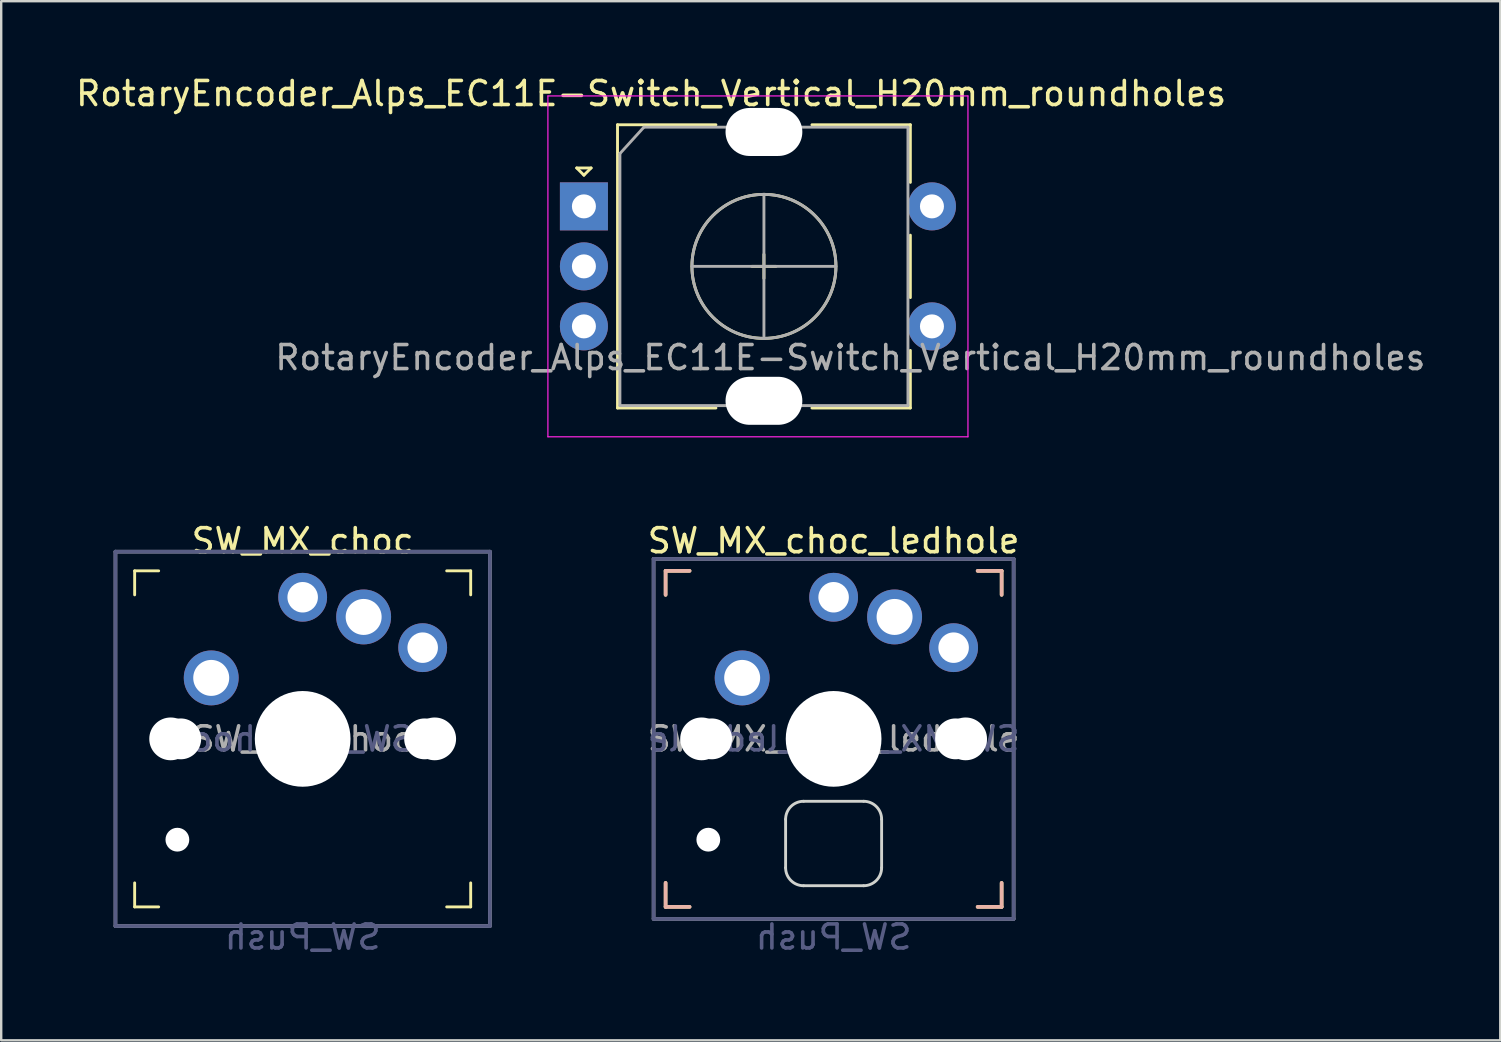
<source format=kicad_pcb>
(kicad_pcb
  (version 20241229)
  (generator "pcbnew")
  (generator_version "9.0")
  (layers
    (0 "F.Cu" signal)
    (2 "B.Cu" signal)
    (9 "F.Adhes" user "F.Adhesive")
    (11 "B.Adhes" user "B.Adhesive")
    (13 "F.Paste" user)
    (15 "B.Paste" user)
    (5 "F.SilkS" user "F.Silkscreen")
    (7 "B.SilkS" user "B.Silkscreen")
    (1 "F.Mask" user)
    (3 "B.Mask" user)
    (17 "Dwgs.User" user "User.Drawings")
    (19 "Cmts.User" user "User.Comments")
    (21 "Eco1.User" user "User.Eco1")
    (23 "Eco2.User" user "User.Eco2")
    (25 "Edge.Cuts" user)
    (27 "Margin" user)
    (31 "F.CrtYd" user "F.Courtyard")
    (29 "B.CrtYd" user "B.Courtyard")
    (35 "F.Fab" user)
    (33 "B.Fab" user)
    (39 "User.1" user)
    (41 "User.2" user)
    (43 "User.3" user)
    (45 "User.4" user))
  (footprint "RotaryEncoder_Alps_EC11E-Switch_Vertical_H20mm_roundholes"
    (layer "F.Cu")
    (at 21.277 5.548)
    (property "Reference" "RotaryEncoder_Alps_EC11E-Switch_Vertical_H20mm_roundholes" (at 2.8 -4.7 0) (layer "F.SilkS") (effects (font (size 1 1) (thickness 0.15))))
    (attr through_hole)
    (fp_line (start -0.3 -1.6) (end 0.3 -1.6) (stroke (width 0.12) (type solid)) (layer "F.SilkS"))
    (fp_line (start 0 -1.3) (end -0.3 -1.6) (stroke (width 0.12) (type solid)) (layer "F.SilkS"))
    (fp_line (start 0.3 -1.6) (end 0 -1.3) (stroke (width 0.12) (type solid)) (layer "F.SilkS"))
    (fp_line (start 1.4 -3.4) (end 1.4 8.4) (stroke (width 0.12) (type solid)) (layer "F.SilkS"))
    (fp_line (start 5.5 -3.4) (end 1.4 -3.4) (stroke (width 0.12) (type solid)) (layer "F.SilkS"))
    (fp_line (start 5.5 8.4) (end 1.4 8.4) (stroke (width 0.12) (type solid)) (layer "F.SilkS"))
    (fp_line (start 7 2.5) (end 8 2.5) (stroke (width 0.12) (type solid)) (layer "F.SilkS"))
    (fp_line (start 7.5 2) (end 7.5 3) (stroke (width 0.12) (type solid)) (layer "F.SilkS"))
    (fp_line (start 9.5 -3.4) (end 13.6 -3.4) (stroke (width 0.12) (type solid)) (layer "F.SilkS"))
    (fp_line (start 13.6 -3.4) (end 13.6 -1) (stroke (width 0.12) (type solid)) (layer "F.SilkS"))
    (fp_line (start 13.6 1.2) (end 13.6 3.8) (stroke (width 0.12) (type solid)) (layer "F.SilkS"))
    (fp_line (start 13.6 6) (end 13.6 8.4) (stroke (width 0.12) (type solid)) (layer "F.SilkS"))
    (fp_line (start 13.6 8.4) (end 9.5 8.4) (stroke (width 0.12) (type solid)) (layer "F.SilkS"))
    (fp_circle (center 7.5 2.5) (end 10.5 2.5) (stroke (width 0.12) (type solid)) (fill no) (layer "F.SilkS"))
    (fp_line (start -1.5 -4.6) (end -1.5 9.6) (stroke (width 0.05) (type solid)) (layer "F.CrtYd"))
    (fp_line (start -1.5 -4.6) (end 16 -4.6) (stroke (width 0.05) (type solid)) (layer "F.CrtYd"))
    (fp_line (start 16 9.6) (end -1.5 9.6) (stroke (width 0.05) (type solid)) (layer "F.CrtYd"))
    (fp_line (start 16 9.6) (end 16 -4.6) (stroke (width 0.05) (type solid)) (layer "F.CrtYd"))
    (fp_line (start 1.5 -2.2) (end 2.5 -3.3) (stroke (width 0.12) (type solid)) (layer "F.Fab"))
    (fp_line (start 1.5 8.3) (end 1.5 -2.2) (stroke (width 0.12) (type solid)) (layer "F.Fab"))
    (fp_line (start 2.5 -3.3) (end 13.5 -3.3) (stroke (width 0.12) (type solid)) (layer "F.Fab"))
    (fp_line (start 4.5 2.5) (end 10.5 2.5) (stroke (width 0.12) (type solid)) (layer "F.Fab"))
    (fp_line (start 7.5 -0.5) (end 7.5 5.5) (stroke (width 0.12) (type solid)) (layer "F.Fab"))
    (fp_line (start 13.5 -3.3) (end 13.5 8.3) (stroke (width 0.12) (type solid)) (layer "F.Fab"))
    (fp_line (start 13.5 8.3) (end 1.5 8.3) (stroke (width 0.12) (type solid)) (layer "F.Fab"))
    (fp_circle (center 7.5 2.5) (end 10.5 2.5) (stroke (width 0.12) (type solid)) (fill no) (layer "F.Fab"))
    (fp_text user "${REFERENCE}" (at 11.1 6.3 0) (layer "F.Fab") (effects (font (size 1 1) (thickness 0.15))))
    (pad "" np_thru_hole oval (at 7.5 -3.1) (size 3.2 2) (drill oval 3.2 2) (layers "*.Cu" "*.Mask"))
    (pad "" np_thru_hole oval (at 7.5 8.1) (size 3.2 2) (drill oval 3.2 2) (layers "*.Cu" "*.Mask"))
    (pad "A" thru_hole rect (at 0 0) (size 2 2) (drill 1) (layers "*.Cu" "*.Mask"))
    (pad "B" thru_hole circle (at 0 5) (size 2 2) (drill 1) (layers "*.Cu" "*.Mask"))
    (pad "C" thru_hole circle (at 0 2.5) (size 2 2) (drill 1) (layers "*.Cu" "*.Mask"))
    (pad "S1" thru_hole circle (at 14.5 5) (size 2 2) (drill 1) (layers "*.Cu" "*.Mask"))
    (pad "S2" thru_hole circle (at 14.5 0) (size 2 2) (drill 1) (layers "*.Cu" "*.Mask")))
  (footprint "SW_MX_choc"
    (layer "F.Cu")
    (at 9.56 27.733)
    (property "Reference" "SW_MX_choc" (at 0 -8.255 0) (layer "F.SilkS") (effects (font (size 1 1) (thickness 0.15))))
    (property "Value" "SW_Push" (at 0 8.255 0) (layer "F.Fab") (hide yes) (effects (font (size 1 1) (thickness 0.15))))
    (attr through_hole)
    (fp_line (start -7 -7) (end -6 -7) (stroke (width 0.12) (type solid)) (layer "F.SilkS"))
    (fp_line (start -7 -6) (end -7 -7) (stroke (width 0.12) (type solid)) (layer "F.SilkS"))
    (fp_line (start -7 7) (end -7 6) (stroke (width 0.12) (type solid)) (layer "F.SilkS"))
    (fp_line (start -6 7) (end -7 7) (stroke (width 0.12) (type solid)) (layer "F.SilkS"))
    (fp_line (start 6 -7) (end 7 -7) (stroke (width 0.12) (type solid)) (layer "F.SilkS"))
    (fp_line (start 7 -7) (end 7 -6) (stroke (width 0.12) (type solid)) (layer "F.SilkS"))
    (fp_line (start 7 6) (end 7 7) (stroke (width 0.12) (type solid)) (layer "F.SilkS"))
    (fp_line (start 7 7) (end 6 7) (stroke (width 0.12) (type solid)) (layer "F.SilkS"))
    (fp_line (start -6.9 6.9) (end -6.9 -6.9) (stroke (width 0.15) (type solid)) (layer "Eco2.User"))
    (fp_line (start -6.9 6.9) (end 6.9 6.9) (stroke (width 0.15) (type solid)) (layer "Eco2.User"))
    (fp_line (start 6.9 -6.9) (end -6.9 -6.9) (stroke (width 0.15) (type solid)) (layer "Eco2.User"))
    (fp_line (start 6.9 -6.9) (end 6.9 6.9) (stroke (width 0.15) (type solid)) (layer "Eco2.User"))
    (fp_line (start -7.8 -7.8) (end 7.8 -7.8) (stroke (width 0.15) (type solid)) (layer "B.Fab"))
    (fp_line (start -7.8 7.8) (end -7.8 -7.8) (stroke (width 0.15) (type solid)) (layer "B.Fab"))
    (fp_line (start 7.8 -7.8) (end 7.8 7.8) (stroke (width 0.15) (type solid)) (layer "B.Fab"))
    (fp_line (start 7.8 7.8) (end -7.8 7.8) (stroke (width 0.15) (type solid)) (layer "B.Fab"))
    (fp_line (start -7.8 -7.8) (end 7.8 -7.8) (stroke (width 0.15) (type solid)) (layer "F.Fab"))
    (fp_line (start -7.8 7.8) (end -7.8 -7.8) (stroke (width 0.15) (type solid)) (layer "F.Fab"))
    (fp_line (start 7.8 -7.8) (end 7.8 7.8) (stroke (width 0.15) (type solid)) (layer "F.Fab"))
    (fp_line (start 7.8 7.8) (end -7.8 7.8) (stroke (width 0.15) (type solid)) (layer "F.Fab"))
    (fp_rect (start -2 2.6) (end 2 6.12) (stroke (width 0.12) (type solid)) (fill no) (layer "User.1"))
    (fp_circle (center -5.5 0) (end -4.67 0.03) (stroke (width 0.12) (type solid)) (fill no) (layer "User.1"))
    (fp_circle (center -5.225 4.2) (end -4.79 4.18) (stroke (width 0.12) (type solid)) (fill no) (layer "User.1"))
    (fp_circle (center -5.08 0) (end -4.3 0.09) (stroke (width 0.12) (type solid)) (fill no) (layer "User.1"))
    (fp_circle (center -3.813 -2.525) (end -2.72 -2.49) (stroke (width 0.12) (type solid)) (fill no) (layer "User.1"))
    (fp_circle (center 0 -5.9) (end 0.96 -5.85) (stroke (width 0.12) (type solid)) (fill no) (layer "User.1"))
    (fp_circle (center 0 0) (end 1.93 0.02) (stroke (width 0.12) (type solid)) (fill no) (layer "User.1"))
    (fp_circle (center 2.538 -5.075) (end 3.62 -5.1) (stroke (width 0.12) (type solid)) (fill no) (layer "User.1"))
    (fp_circle (center 5.014 -3.8) (end 5.97 -3.69) (stroke (width 0.12) (type solid)) (fill no) (layer "User.1"))
    (fp_circle (center 5.08 0) (end 5.87 0.04) (stroke (width 0.12) (type solid)) (fill no) (layer "User.1"))
    (fp_circle (center 5.5 0) (end 6.34 0.02) (stroke (width 0.12) (type solid)) (fill no) (layer "User.1"))
    (fp_rect (start -9.5 -9.5) (end 9.5 9.5) (stroke (width 0.12) (type solid)) (fill no) (layer "User.2"))
    (fp_text user "${VALUE}" (at 0 8.255 0) (layer "B.Fab") (effects (font (size 1 1) (thickness 0.15)) (justify mirror)))
    (fp_text user "${REFERENCE}" (at 0 0 0) (layer "B.Fab") (effects (font (size 1 1) (thickness 0.15)) (justify mirror)))
    (fp_text user "${REFERENCE}" (at 0 0 0) (layer "F.Fab") (effects (font (size 1 1) (thickness 0.15))))
    (pad "" np_thru_hole circle (at -5.5 0) (size 1.782 1.782) (drill 1.782) (layers "*.Cu" "*.Mask"))
    (pad "" np_thru_hole circle (at -5.22 4.2) (size 0.991 0.991) (drill 0.991) (layers "*.Cu" "*.Mask"))
    (pad "" np_thru_hole circle (at -5.08 0) (size 1.702 1.702) (drill 1.702) (layers "*.Cu" "*.Mask"))
    (pad "" np_thru_hole circle (at 0 0) (size 3.988 3.988) (drill 3.988) (layers "*.Cu" "*.Mask"))
    (pad "" np_thru_hole circle (at 5.08 0) (size 1.702 1.702) (drill 1.702) (layers "*.Cu" "*.Mask"))
    (pad "" np_thru_hole circle (at 5.5 0) (size 1.782 1.782) (drill 1.782) (layers "*.Cu" "*.Mask"))
    (pad "1" thru_hole circle (at -3.81 -2.54) (size 2.286 2.286) (drill 1.499) (layers "*.Cu" "*.Mask"))
    (pad "1" thru_hole circle (at 0 -5.9) (size 2.032 2.032) (drill 1.27) (layers "*.Cu" "*.Mask"))
    (pad "2" thru_hole circle (at 2.54 -5.08) (size 2.286 2.286) (drill 1.499) (layers "*.Cu" "*.Mask"))
    (pad "2" thru_hole circle (at 5 -3.8) (size 2.032 2.032) (drill 1.27) (layers "*.Cu" "*.Mask")))
  (footprint "SW_MX_choc_ledhole"
    (layer "F.Cu")
    (at 31.68 27.733)
    (property "Reference" "SW_MX_choc_ledhole" (at 0 -8.255 0) (layer "F.SilkS") (effects (font (size 1 1) (thickness 0.15))))
    (property "Value" "SW_Push" (at 0 8.255 0) (layer "F.Fab") (hide yes) (effects (font (size 1 1) (thickness 0.15))))
    (attr through_hole)
    (fp_line (start -7 -7) (end -6 -7) (stroke (width 0.15) (type solid)) (layer "F.SilkS"))
    (fp_line (start -7 -6) (end -7 -7) (stroke (width 0.15) (type solid)) (layer "F.SilkS"))
    (fp_line (start -7 7) (end -7 6) (stroke (width 0.15) (type solid)) (layer "F.SilkS"))
    (fp_line (start -6 7) (end -7 7) (stroke (width 0.15) (type solid)) (layer "F.SilkS"))
    (fp_line (start 6 -7) (end 7 -7) (stroke (width 0.15) (type solid)) (layer "F.SilkS"))
    (fp_line (start 7 -7) (end 7 -6) (stroke (width 0.15) (type solid)) (layer "F.SilkS"))
    (fp_line (start 7 6) (end 7 7) (stroke (width 0.15) (type solid)) (layer "F.SilkS"))
    (fp_line (start 7 7) (end 6 7) (stroke (width 0.15) (type solid)) (layer "F.SilkS"))
    (fp_line (start -7 -7) (end -6 -7) (stroke (width 0.15) (type solid)) (layer "B.SilkS"))
    (fp_line (start -7 -6) (end -7 -7) (stroke (width 0.15) (type solid)) (layer "B.SilkS"))
    (fp_line (start -7 7) (end -7 6) (stroke (width 0.15) (type solid)) (layer "B.SilkS"))
    (fp_line (start -6 7) (end -7 7) (stroke (width 0.15) (type solid)) (layer "B.SilkS"))
    (fp_line (start 6 -7) (end 7 -7) (stroke (width 0.15) (type solid)) (layer "B.SilkS"))
    (fp_line (start 7 -7) (end 7 -6) (stroke (width 0.15) (type solid)) (layer "B.SilkS"))
    (fp_line (start 7 6) (end 7 7) (stroke (width 0.15) (type solid)) (layer "B.SilkS"))
    (fp_line (start 7 7) (end 6 7) (stroke (width 0.15) (type solid)) (layer "B.SilkS"))
    (fp_line (start -6.9 6.9) (end -6.9 -6.9) (stroke (width 0.15) (type solid)) (layer "Eco2.User"))
    (fp_line (start -6.9 6.9) (end 6.9 6.9) (stroke (width 0.15) (type solid)) (layer "Eco2.User"))
    (fp_line (start 6.9 -6.9) (end -6.9 -6.9) (stroke (width 0.15) (type solid)) (layer "Eco2.User"))
    (fp_line (start 6.9 -6.9) (end 6.9 6.9) (stroke (width 0.15) (type solid)) (layer "Eco2.User"))
    (fp_line (start -2 3.35) (end -2 5.368) (stroke (width 0.12) (type solid)) (layer "Edge.Cuts"))
    (fp_line (start -1.25 2.6) (end 1.25 2.6) (stroke (width 0.12) (type solid)) (layer "Edge.Cuts"))
    (fp_line (start -1.25 6.118) (end 1.25 6.118) (stroke (width 0.12) (type solid)) (layer "Edge.Cuts"))
    (fp_line (start 2 5.368) (end 2 3.35) (stroke (width 0.12) (type solid)) (layer "Edge.Cuts"))
    (fp_arc (start -2 3.35) (mid -1.78033 2.81967) (end -1.25 2.6) (stroke (width 0.12) (type solid)) (layer "Edge.Cuts"))
    (fp_arc (start -1.25 6.11818) (mid -1.78033 5.89851) (end -2 5.36818) (stroke (width 0.12) (type solid)) (layer "Edge.Cuts"))
    (fp_arc (start 1.25 2.6) (mid 1.78033 2.81967) (end 2 3.35) (stroke (width 0.12) (type solid)) (layer "Edge.Cuts"))
    (fp_arc (start 2 5.36818) (mid 1.78033 5.89851) (end 1.25 6.11818) (stroke (width 0.12) (type solid)) (layer "Edge.Cuts"))
    (fp_line (start -7.5 -7.5) (end 7.5 -7.5) (stroke (width 0.15) (type solid)) (layer "B.Fab"))
    (fp_line (start -7.5 7.5) (end -7.5 -7.5) (stroke (width 0.15) (type solid)) (layer "B.Fab"))
    (fp_line (start 7.5 -7.5) (end 7.5 7.5) (stroke (width 0.15) (type solid)) (layer "B.Fab"))
    (fp_line (start 7.5 7.5) (end -7.5 7.5) (stroke (width 0.15) (type solid)) (layer "B.Fab"))
    (fp_line (start -7.5 -7.5) (end 7.5 -7.5) (stroke (width 0.15) (type solid)) (layer "F.Fab"))
    (fp_line (start -7.5 7.5) (end -7.5 -7.5) (stroke (width 0.15) (type solid)) (layer "F.Fab"))
    (fp_line (start 7.5 -7.5) (end 7.5 7.5) (stroke (width 0.15) (type solid)) (layer "F.Fab"))
    (fp_line (start 7.5 7.5) (end -7.5 7.5) (stroke (width 0.15) (type solid)) (layer "F.Fab"))
    (fp_rect (start -2 2.6) (end 2 6.12) (stroke (width 0.12) (type solid)) (fill no) (layer "User.1"))
    (fp_circle (center -5.5 0) (end -4.67 0.03) (stroke (width 0.12) (type solid)) (fill no) (layer "User.1"))
    (fp_circle (center -5.225 4.2) (end -4.79 4.18) (stroke (width 0.12) (type solid)) (fill no) (layer "User.1"))
    (fp_circle (center -5.08 0) (end -4.3 0.09) (stroke (width 0.12) (type solid)) (fill no) (layer "User.1"))
    (fp_circle (center -3.813 -2.525) (end -2.72 -2.49) (stroke (width 0.12) (type solid)) (fill no) (layer "User.1"))
    (fp_circle (center 0 -5.9) (end 0.96 -5.85) (stroke (width 0.12) (type solid)) (fill no) (layer "User.1"))
    (fp_circle (center 0 0) (end 1.93 0.02) (stroke (width 0.12) (type solid)) (fill no) (layer "User.1"))
    (fp_circle (center 2.538 -5.075) (end 3.62 -5.1) (stroke (width 0.12) (type solid)) (fill no) (layer "User.1"))
    (fp_circle (center 5.014 -3.8) (end 5.97 -3.69) (stroke (width 0.12) (type solid)) (fill no) (layer "User.1"))
    (fp_circle (center 5.08 0) (end 5.87 0.04) (stroke (width 0.12) (type solid)) (fill no) (layer "User.1"))
    (fp_circle (center 5.5 0) (end 6.34 0.02) (stroke (width 0.12) (type solid)) (fill no) (layer "User.1"))
    (fp_rect (start -9.5 -9.5) (end 9.5 9.5) (stroke (width 0.12) (type solid)) (fill no) (layer "User.2"))
    (fp_text user "${VALUE}" (at 0 8.255 0) (layer "B.Fab") (effects (font (size 1 1) (thickness 0.15)) (justify mirror)))
    (fp_text user "${REFERENCE}" (at 0 0 0) (layer "B.Fab") (effects (font (size 1 1) (thickness 0.15)) (justify mirror)))
    (fp_text user "${REFERENCE}" (at 0 0 0) (layer "F.Fab") (effects (font (size 1 1) (thickness 0.15))))
    (pad "" np_thru_hole circle (at -5.5 0) (size 1.782 1.782) (drill 1.782) (layers "*.Cu" "*.Mask"))
    (pad "" np_thru_hole circle (at -5.22 4.2) (size 0.991 0.991) (drill 0.991) (layers "*.Cu" "*.Mask"))
    (pad "" np_thru_hole circle (at -5.08 0) (size 1.702 1.702) (drill 1.702) (layers "*.Cu" "*.Mask"))
    (pad "" np_thru_hole circle (at 0 0) (size 3.988 3.988) (drill 3.988) (layers "*.Cu" "*.Mask"))
    (pad "" np_thru_hole circle (at 5.08 0) (size 1.702 1.702) (drill 1.702) (layers "*.Cu" "*.Mask"))
    (pad "" np_thru_hole circle (at 5.5 0) (size 1.782 1.782) (drill 1.782) (layers "*.Cu" "*.Mask"))
    (pad "1" thru_hole circle (at -3.81 -2.54) (size 2.286 2.286) (drill 1.499) (layers "*.Cu" "*.Mask"))
    (pad "1" thru_hole circle (at 0 -5.9) (size 2.032 2.032) (drill 1.27) (layers "*.Cu" "*.Mask"))
    (pad "2" thru_hole circle (at 2.54 -5.08) (size 2.286 2.286) (drill 1.499) (layers "*.Cu" "*.Mask"))
    (pad "2" thru_hole circle (at 5 -3.8) (size 2.032 2.032) (drill 1.27) (layers "*.Cu" "*.Mask")))
  (gr_rect
    (start -3 -3)
    (end 59.455 40.293)
    (stroke (width 0.1) (type default))
    (fill no)
    (layer "Edge.Cuts")))
</source>
